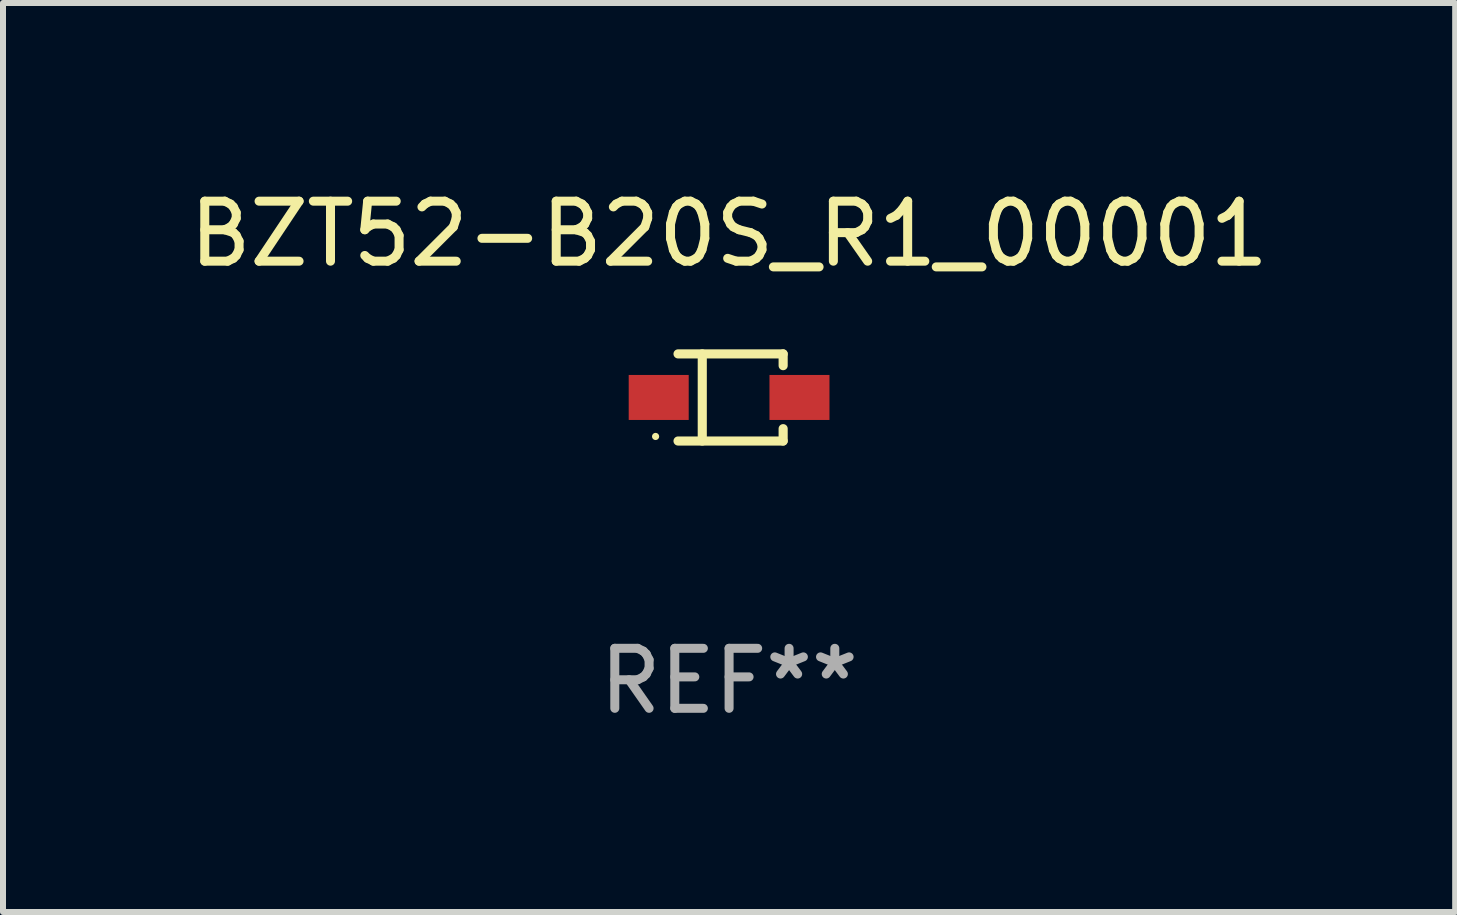
<source format=kicad_pcb>
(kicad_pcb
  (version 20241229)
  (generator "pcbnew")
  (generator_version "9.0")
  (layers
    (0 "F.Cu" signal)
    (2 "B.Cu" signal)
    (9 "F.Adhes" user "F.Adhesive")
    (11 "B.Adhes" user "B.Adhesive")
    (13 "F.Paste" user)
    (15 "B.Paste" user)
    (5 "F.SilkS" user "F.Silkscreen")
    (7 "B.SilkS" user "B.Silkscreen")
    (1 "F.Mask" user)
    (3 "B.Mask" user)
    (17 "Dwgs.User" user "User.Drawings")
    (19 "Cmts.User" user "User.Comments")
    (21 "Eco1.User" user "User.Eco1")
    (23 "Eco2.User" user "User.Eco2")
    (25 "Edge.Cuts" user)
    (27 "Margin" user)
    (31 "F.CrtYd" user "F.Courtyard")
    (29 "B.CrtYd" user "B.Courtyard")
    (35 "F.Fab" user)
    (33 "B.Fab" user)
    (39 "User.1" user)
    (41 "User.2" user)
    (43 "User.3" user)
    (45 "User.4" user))
  (footprint "BZT52-B20S_R1_00001"
    (layer "F.Cu")
    (at 9.101 3.574)
    (property "Reference" "BZT52-B20S_R1_00001" (at 0 -2.726 0) (layer "F.SilkS") (effects (font (size 1 1) (thickness 0.15))))
    (attr through_hole)
    (fp_line (start -0.851 -0.726) (end 0.901 -0.726) (stroke (width 0.152) (type solid)) (layer "F.SilkS"))
    (fp_line (start -0.851 0.726) (end 0.901 0.726) (stroke (width 0.152) (type solid)) (layer "F.SilkS"))
    (fp_line (start -0.447 -0.726) (end -0.447 0.726) (stroke (width 0.152) (type solid)) (layer "F.SilkS"))
    (fp_line (start 0.901 -0.726) (end 0.901 -0.53) (stroke (width 0.152) (type solid)) (layer "F.SilkS"))
    (fp_line (start 0.901 0.726) (end 0.901 0.52) (stroke (width 0.152) (type solid)) (layer "F.SilkS"))
    (fp_circle (center -1.225 0.65) (end -1.195 0.65) (stroke (width 0.06) (type solid)) (fill no) (layer "F.SilkS"))
    (fp_text user "REF**" (at 0 4.726 0) (layer "F.Fab") (effects (font (size 1 1) (thickness 0.15))))
    (pad "1" smd rect (at -1.173 0) (size 1 0.75) (layers "F.Cu" "F.Mask" "F.Paste"))
    (pad "2" smd rect (at 1.173 0) (size 1 0.75) (layers "F.Cu" "F.Mask" "F.Paste")))
  (gr_rect
    (start -3 -3)
    (end 21.202 12.149)
    (stroke (width 0.1) (type default))
    (fill no)
    (layer "Edge.Cuts")))
</source>
